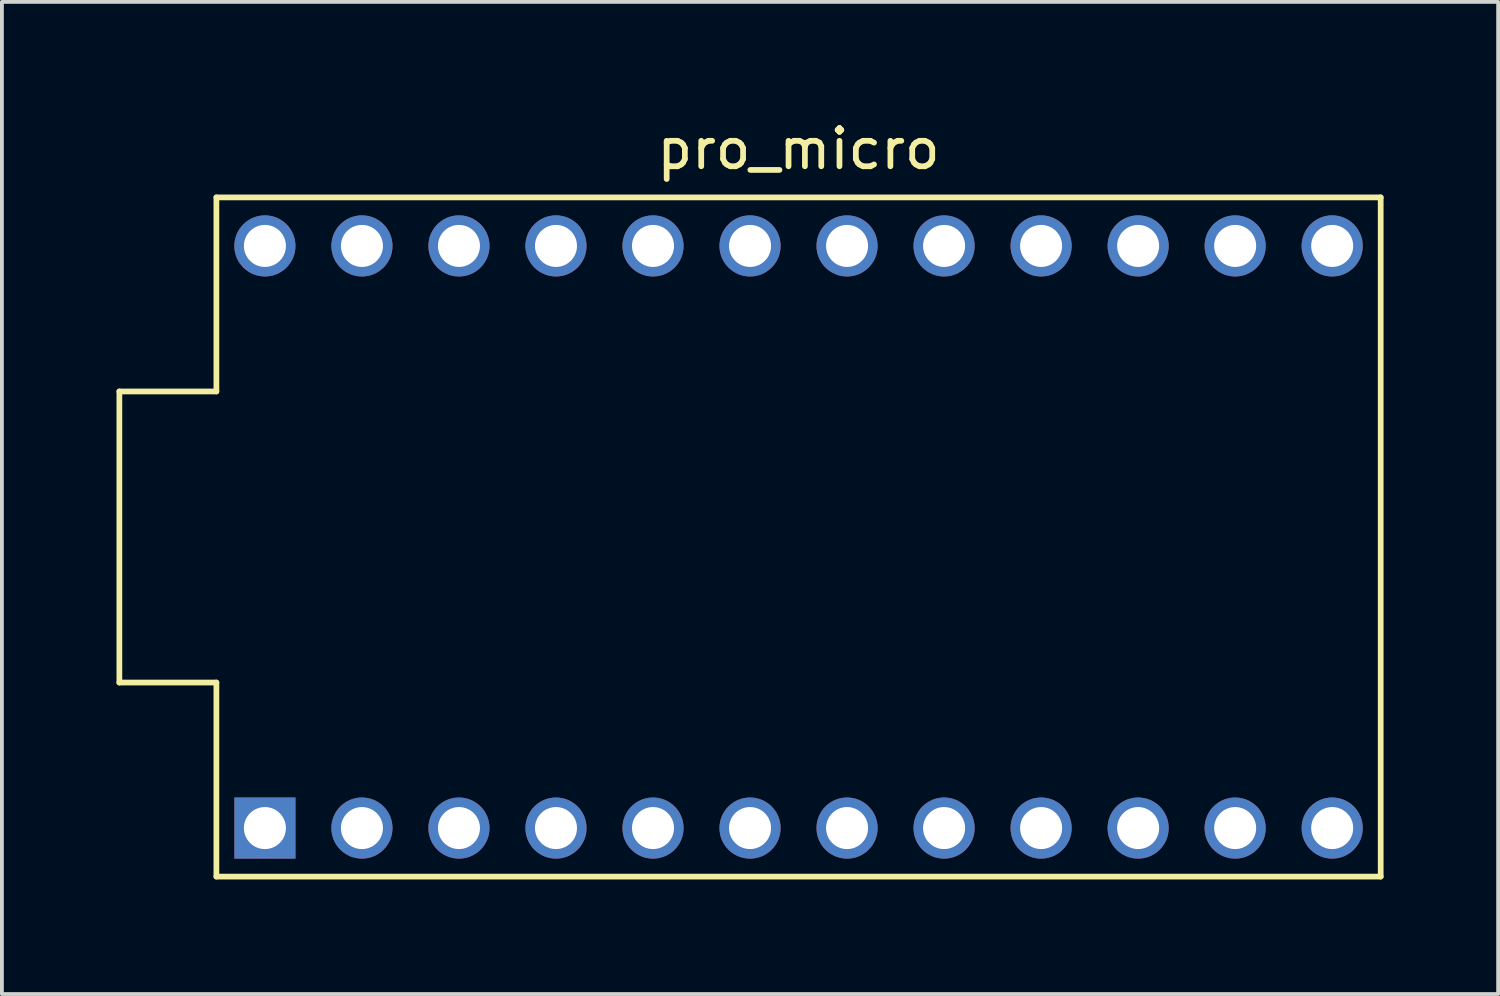
<source format=kicad_pcb>
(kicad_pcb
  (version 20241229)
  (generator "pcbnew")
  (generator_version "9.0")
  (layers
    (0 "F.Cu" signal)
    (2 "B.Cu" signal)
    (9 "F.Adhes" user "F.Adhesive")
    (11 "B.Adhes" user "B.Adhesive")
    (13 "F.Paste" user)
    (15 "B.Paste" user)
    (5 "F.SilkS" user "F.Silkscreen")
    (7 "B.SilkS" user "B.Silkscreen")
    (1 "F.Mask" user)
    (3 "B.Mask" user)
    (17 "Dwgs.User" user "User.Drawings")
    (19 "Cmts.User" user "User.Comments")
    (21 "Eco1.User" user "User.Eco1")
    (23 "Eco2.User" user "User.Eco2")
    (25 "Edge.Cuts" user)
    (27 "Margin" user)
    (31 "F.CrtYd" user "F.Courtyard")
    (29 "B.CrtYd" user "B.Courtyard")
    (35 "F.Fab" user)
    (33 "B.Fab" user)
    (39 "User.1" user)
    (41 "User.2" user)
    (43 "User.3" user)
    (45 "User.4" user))
  (footprint "pro_micro"
    (layer "F.Cu")
    (at 17.855 11.008)
    (property "Reference" "pro_micro" (at 0 -10.16 0) (layer "F.SilkS") (effects (font (size 1 1) (thickness 0.15))))
    (attr through_hole)
    (fp_line (start -17.78 -3.81) (end -15.24 -3.81) (stroke (width 0.15) (type solid)) (layer "F.SilkS"))
    (fp_line (start -17.78 3.81) (end -17.78 -3.81) (stroke (width 0.15) (type solid)) (layer "F.SilkS"))
    (fp_line (start -15.24 -8.89) (end 15.24 -8.89) (stroke (width 0.15) (type solid)) (layer "F.SilkS"))
    (fp_line (start -15.24 -3.81) (end -15.24 -8.89) (stroke (width 0.15) (type solid)) (layer "F.SilkS"))
    (fp_line (start -15.24 3.81) (end -17.78 3.81) (stroke (width 0.15) (type solid)) (layer "F.SilkS"))
    (fp_line (start -15.24 8.89) (end -15.24 3.81) (stroke (width 0.15) (type solid)) (layer "F.SilkS"))
    (fp_line (start -15.24 8.89) (end 15.24 8.89) (stroke (width 0.15) (type solid)) (layer "F.SilkS"))
    (fp_line (start 15.24 -8.89) (end 15.24 8.89) (stroke (width 0.15) (type solid)) (layer "F.SilkS"))
    (pad "1" thru_hole rect (at -13.97 7.62) (size 1.6 1.6) (drill 1.1) (layers "*.Cu" "B.Mask"))
    (pad "2" thru_hole circle (at -11.43 7.62) (size 1.6 1.6) (drill 1.1) (layers "*.Cu" "B.Mask"))
    (pad "3" thru_hole circle (at -8.89 7.62) (size 1.6 1.6) (drill 1.1) (layers "*.Cu" "B.Mask"))
    (pad "4" thru_hole circle (at -6.35 7.62) (size 1.6 1.6) (drill 1.1) (layers "*.Cu" "B.Mask"))
    (pad "5" thru_hole circle (at -3.81 7.62) (size 1.6 1.6) (drill 1.1) (layers "*.Cu" "B.Mask"))
    (pad "6" thru_hole circle (at -1.27 7.62) (size 1.6 1.6) (drill 1.1) (layers "*.Cu" "B.Mask"))
    (pad "7" thru_hole circle (at 1.27 7.62) (size 1.6 1.6) (drill 1.1) (layers "*.Cu" "B.Mask"))
    (pad "8" thru_hole circle (at 3.81 7.62) (size 1.6 1.6) (drill 1.1) (layers "*.Cu" "B.Mask"))
    (pad "9" thru_hole circle (at 6.35 7.62) (size 1.6 1.6) (drill 1.1) (layers "*.Cu" "B.Mask"))
    (pad "10" thru_hole circle (at 8.89 7.62) (size 1.6 1.6) (drill 1.1) (layers "*.Cu" "B.Mask"))
    (pad "11" thru_hole circle (at 11.43 7.62) (size 1.6 1.6) (drill 1.1) (layers "*.Cu" "B.Mask"))
    (pad "12" thru_hole circle (at 13.97 7.62) (size 1.6 1.6) (drill 1.1) (layers "*.Cu" "B.Mask"))
    (pad "13" thru_hole circle (at 13.97 -7.62) (size 1.6 1.6) (drill 1.1) (layers "*.Cu" "B.Mask"))
    (pad "14" thru_hole circle (at 11.43 -7.62) (size 1.6 1.6) (drill 1.1) (layers "*.Cu" "B.Mask"))
    (pad "15" thru_hole circle (at 8.89 -7.62) (size 1.6 1.6) (drill 1.1) (layers "*.Cu" "B.Mask"))
    (pad "16" thru_hole circle (at 6.35 -7.62) (size 1.6 1.6) (drill 1.1) (layers "*.Cu" "B.Mask"))
    (pad "17" thru_hole circle (at 3.81 -7.62) (size 1.6 1.6) (drill 1.1) (layers "*.Cu" "B.Mask"))
    (pad "18" thru_hole circle (at 1.27 -7.62) (size 1.6 1.6) (drill 1.1) (layers "*.Cu" "B.Mask"))
    (pad "19" thru_hole circle (at -1.27 -7.62) (size 1.6 1.6) (drill 1.1) (layers "*.Cu" "B.Mask"))
    (pad "20" thru_hole circle (at -3.81 -7.62) (size 1.6 1.6) (drill 1.1) (layers "*.Cu" "B.Mask"))
    (pad "21" thru_hole circle (at -6.35 -7.62) (size 1.6 1.6) (drill 1.1) (layers "*.Cu" "B.Mask"))
    (pad "22" thru_hole circle (at -8.89 -7.62) (size 1.6 1.6) (drill 1.1) (layers "*.Cu" "B.Mask"))
    (pad "23" thru_hole circle (at -11.43 -7.62) (size 1.6 1.6) (drill 1.1) (layers "*.Cu" "B.Mask"))
    (pad "24" thru_hole circle (at -13.97 -7.62) (size 1.6 1.6) (drill 1.1) (layers "*.Cu" "B.Mask")))
  (gr_rect
    (start -3 -3)
    (end 36.17 22.973)
    (stroke (width 0.1) (type default))
    (fill no)
    (layer "Edge.Cuts")))
</source>
